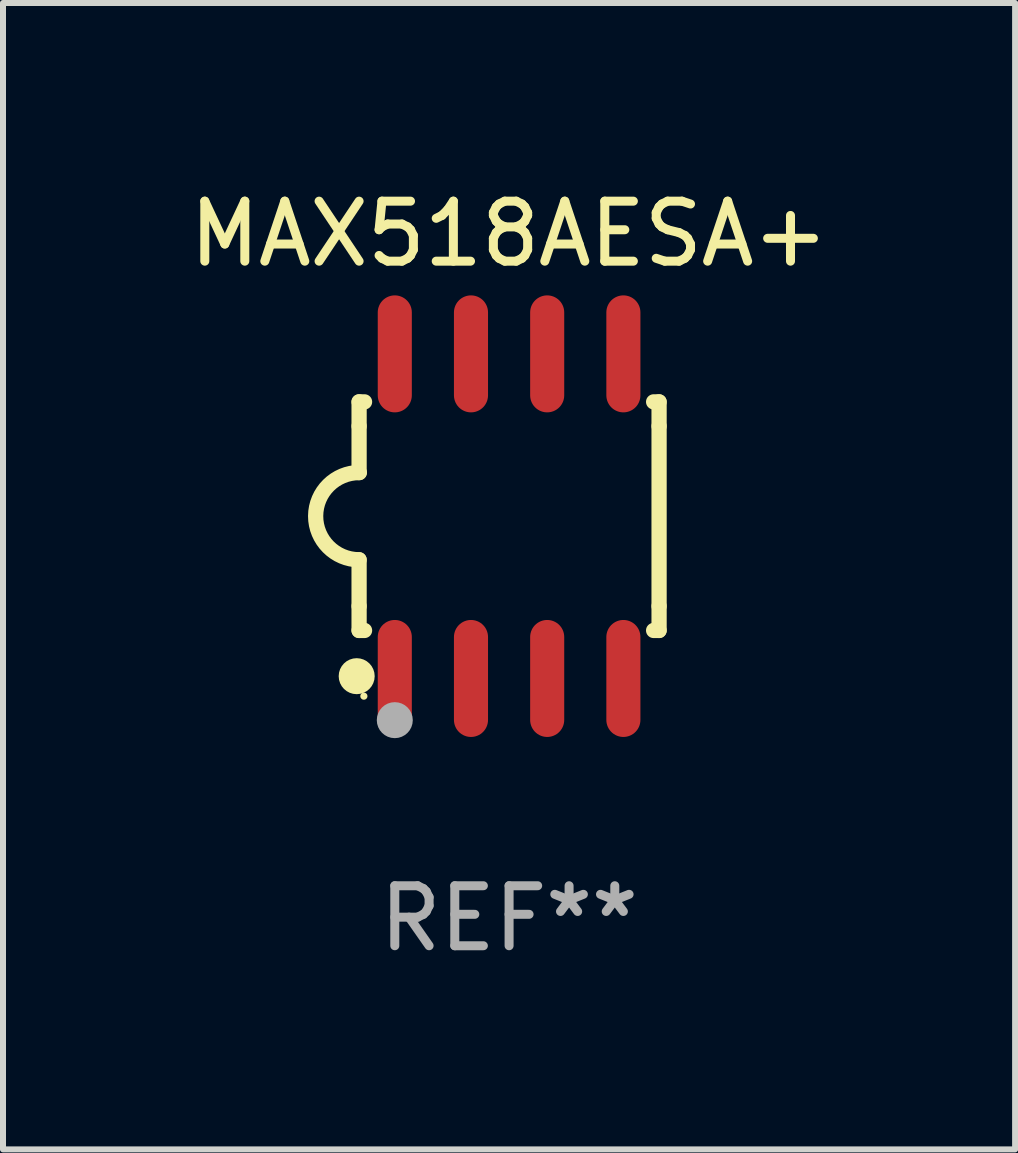
<source format=kicad_pcb>
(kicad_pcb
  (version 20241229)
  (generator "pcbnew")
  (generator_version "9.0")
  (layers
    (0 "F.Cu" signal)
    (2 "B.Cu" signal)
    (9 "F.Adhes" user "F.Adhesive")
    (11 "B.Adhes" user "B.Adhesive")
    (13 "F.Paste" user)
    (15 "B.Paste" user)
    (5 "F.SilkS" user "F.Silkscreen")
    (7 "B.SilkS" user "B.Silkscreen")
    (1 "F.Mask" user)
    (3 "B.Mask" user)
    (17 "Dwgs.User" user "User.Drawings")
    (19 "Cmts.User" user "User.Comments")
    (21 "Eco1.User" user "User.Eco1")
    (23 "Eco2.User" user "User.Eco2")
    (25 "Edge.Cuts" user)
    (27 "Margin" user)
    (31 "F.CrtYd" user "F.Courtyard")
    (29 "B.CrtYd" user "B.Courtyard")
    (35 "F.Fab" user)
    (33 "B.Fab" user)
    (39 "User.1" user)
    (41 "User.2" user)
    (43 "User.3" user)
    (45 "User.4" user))
  (footprint "MAX518AESA+"
    (layer "F.Cu")
    (at 5.435 5.553)
    (property "Reference" "MAX518AESA+" (at 0 -4.705 0) (layer "F.SilkS") (effects (font (size 1 1) (thickness 0.15))))
    (attr through_hole)
    (fp_line (start -2.5 -1.905) (end -2.409 -1.905) (stroke (width 0.254) (type solid)) (layer "F.SilkS"))
    (fp_line (start -2.5 -1.5) (end -2.5 -1.905) (stroke (width 0.254) (type solid)) (layer "F.SilkS"))
    (fp_line (start -2.5 -1.5) (end -2.5 -0.726) (stroke (width 0.254) (type solid)) (layer "F.SilkS"))
    (fp_line (start -2.5 1.5) (end -2.5 0.727) (stroke (width 0.254) (type solid)) (layer "F.SilkS"))
    (fp_line (start -2.5 1.5) (end -2.5 1.905) (stroke (width 0.254) (type solid)) (layer "F.SilkS"))
    (fp_line (start -2.5 1.905) (end -2.409 1.905) (stroke (width 0.254) (type solid)) (layer "F.SilkS"))
    (fp_line (start 2.5 -1.905) (end 2.409 -1.905) (stroke (width 0.254) (type solid)) (layer "F.SilkS"))
    (fp_line (start 2.5 -1.5) (end 2.5 -1.905) (stroke (width 0.254) (type solid)) (layer "F.SilkS"))
    (fp_line (start 2.5 -1.5) (end 2.5 1.5) (stroke (width 0.254) (type solid)) (layer "F.SilkS"))
    (fp_line (start 2.5 1.5) (end 2.5 1.905) (stroke (width 0.254) (type solid)) (layer "F.SilkS"))
    (fp_line (start 2.5 1.905) (end 2.409 1.905) (stroke (width 0.254) (type solid)) (layer "F.SilkS"))
    (fp_arc (start -2.5 0.726568) (mid -3.220316 -0.0023) (end -2.495097 -0.726289) (stroke (width 0.254001) (type solid)) (layer "F.SilkS"))
    (fp_circle (center -2.54 2.667) (end -2.39 2.667) (stroke (width 0.3) (type solid)) (fill no) (layer "F.SilkS"))
    (fp_circle (center -2.42 3) (end -2.39 3) (stroke (width 0.06) (type solid)) (fill no) (layer "F.SilkS"))
    (fp_circle (center -1.905 3.4) (end -1.755 3.4) (stroke (width 0.3) (type solid)) (fill no) (layer "F.Fab"))
    (fp_text user "REF**" (at 0 6.705 0) (layer "F.Fab") (effects (font (size 1 1) (thickness 0.15))))
    (pad "1" smd oval (at -1.905 2.705) (size 0.568 1.95) (layers "F.Cu" "F.Mask" "F.Paste"))
    (pad "2" smd oval (at -0.635 2.705) (size 0.568 1.95) (layers "F.Cu" "F.Mask" "F.Paste"))
    (pad "3" smd oval (at 0.635 2.705) (size 0.568 1.95) (layers "F.Cu" "F.Mask" "F.Paste"))
    (pad "4" smd oval (at 1.905 2.705) (size 0.568 1.95) (layers "F.Cu" "F.Mask" "F.Paste"))
    (pad "5" smd oval (at 1.905 -2.705) (size 0.568 1.95) (layers "F.Cu" "F.Mask" "F.Paste"))
    (pad "6" smd oval (at 0.635 -2.705) (size 0.568 1.95) (layers "F.Cu" "F.Mask" "F.Paste"))
    (pad "7" smd oval (at -0.635 -2.705) (size 0.568 1.95) (layers "F.Cu" "F.Mask" "F.Paste"))
    (pad "8" smd oval (at -1.905 -2.705) (size 0.568 1.95) (layers "F.Cu" "F.Mask" "F.Paste")))
  (gr_rect
    (start -3 -3)
    (end 13.869 16.107)
    (stroke (width 0.1) (type default))
    (fill no)
    (layer "Edge.Cuts")))
</source>
